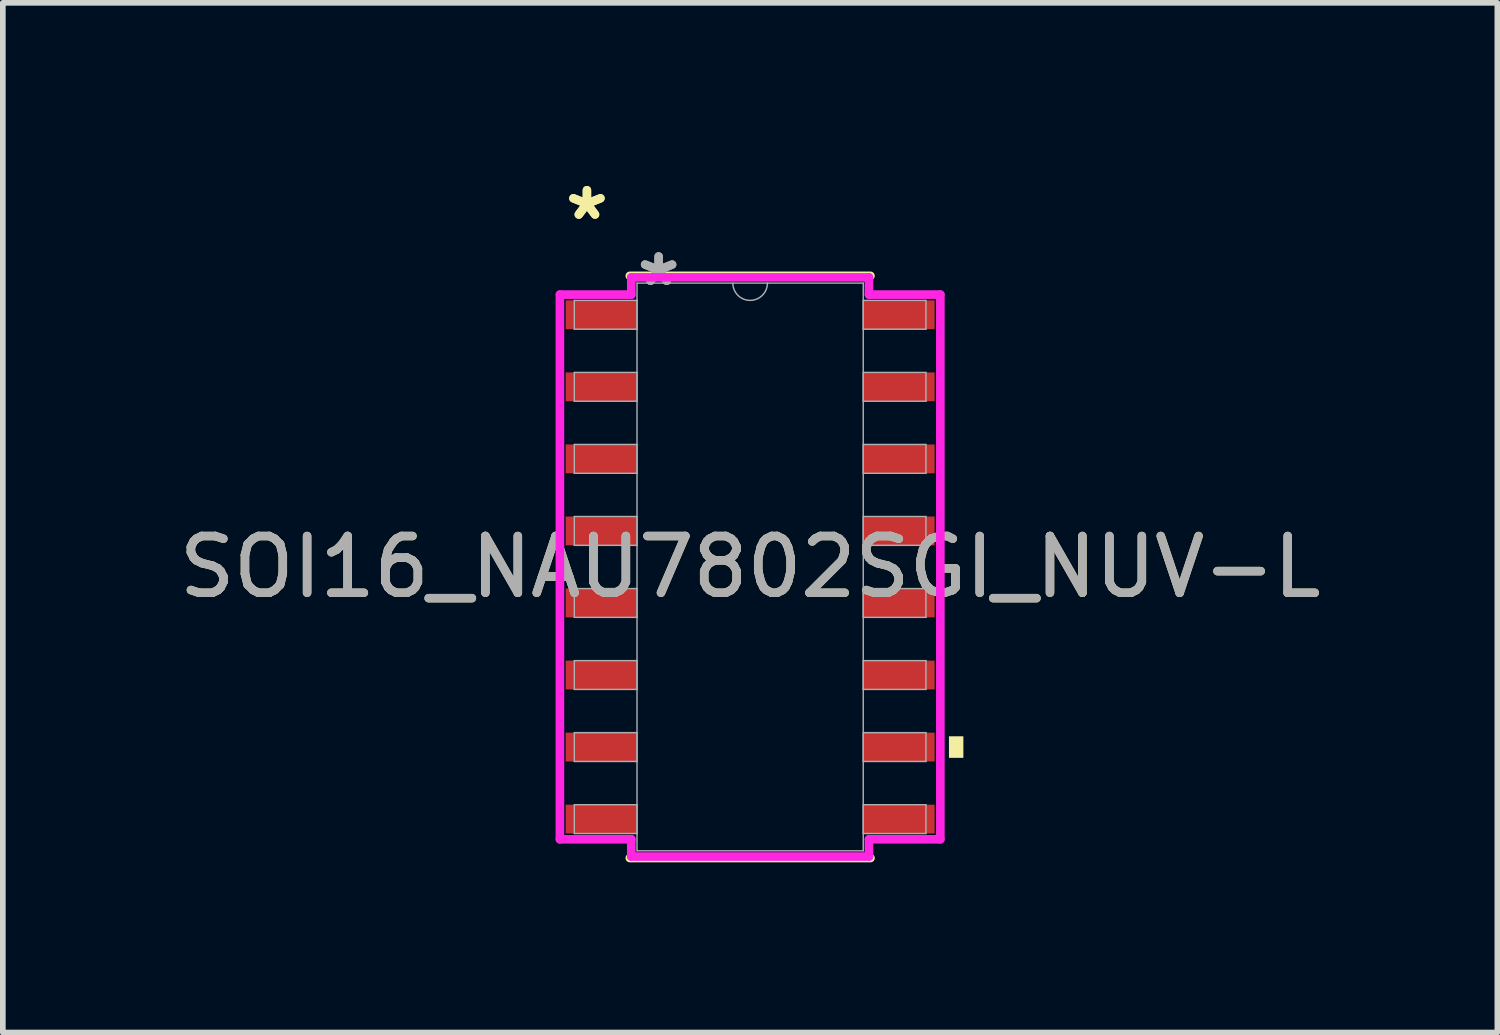
<source format=kicad_pcb>
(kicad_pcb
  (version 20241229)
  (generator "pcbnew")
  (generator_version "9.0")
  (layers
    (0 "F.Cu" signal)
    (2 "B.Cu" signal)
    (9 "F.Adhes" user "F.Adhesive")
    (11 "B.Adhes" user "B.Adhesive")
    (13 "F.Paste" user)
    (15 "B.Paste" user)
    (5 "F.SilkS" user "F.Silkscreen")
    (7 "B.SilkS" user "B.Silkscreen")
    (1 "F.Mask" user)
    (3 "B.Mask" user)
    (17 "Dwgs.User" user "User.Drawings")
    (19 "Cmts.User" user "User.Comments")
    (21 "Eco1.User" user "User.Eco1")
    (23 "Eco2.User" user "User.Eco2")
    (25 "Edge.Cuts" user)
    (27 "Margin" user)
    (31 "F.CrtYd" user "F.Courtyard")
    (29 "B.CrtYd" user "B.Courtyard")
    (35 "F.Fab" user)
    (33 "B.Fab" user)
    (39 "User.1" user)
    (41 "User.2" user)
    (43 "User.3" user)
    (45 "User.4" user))
  (footprint "SOI16_NAU7802SGI_NUV-L"
    (layer "F.Cu")
    (at 10.173 6.944)
    (property "Reference" "SOI16_NAU7802SGI_NUV-L" (at 0 0 0) (unlocked yes) (layer "F.SilkS") (effects (font (size 1 1) (thickness 0.15))))
    (attr smd)
    (fp_line (start -2.121 5.131) (end 2.121 5.131) (stroke (width 0.152) (type solid)) (layer "F.SilkS"))
    (fp_line (start 2.121 -5.131) (end -2.121 -5.131) (stroke (width 0.152) (type solid)) (layer "F.SilkS"))
    (fp_poly (pts (xy 3.759 2.985) (xy 3.759 3.365) (xy 3.505 3.365) (xy 3.505 2.985)) (stroke (width 0) (type solid)) (fill yes) (layer "F.SilkS"))
    (fp_line (start -3.353 -4.801) (end -2.095 -4.801) (stroke (width 0.152) (type solid)) (layer "F.CrtYd"))
    (fp_line (start -3.353 4.801) (end -3.353 -4.801) (stroke (width 0.152) (type solid)) (layer "F.CrtYd"))
    (fp_line (start -3.353 4.801) (end -2.095 4.801) (stroke (width 0.152) (type solid)) (layer "F.CrtYd"))
    (fp_line (start -2.095 -5.105) (end 2.095 -5.105) (stroke (width 0.152) (type solid)) (layer "F.CrtYd"))
    (fp_line (start -2.095 -4.801) (end -2.095 -5.105) (stroke (width 0.152) (type solid)) (layer "F.CrtYd"))
    (fp_line (start -2.095 5.105) (end -2.095 4.801) (stroke (width 0.152) (type solid)) (layer "F.CrtYd"))
    (fp_line (start 2.095 -5.105) (end 2.095 -4.801) (stroke (width 0.152) (type solid)) (layer "F.CrtYd"))
    (fp_line (start 2.095 4.801) (end 2.095 5.105) (stroke (width 0.152) (type solid)) (layer "F.CrtYd"))
    (fp_line (start 2.095 5.105) (end -2.095 5.105) (stroke (width 0.152) (type solid)) (layer "F.CrtYd"))
    (fp_line (start 3.353 -4.801) (end 2.095 -4.801) (stroke (width 0.152) (type solid)) (layer "F.CrtYd"))
    (fp_line (start 3.353 -4.801) (end 3.353 4.801) (stroke (width 0.152) (type solid)) (layer "F.CrtYd"))
    (fp_line (start 3.353 4.801) (end 2.095 4.801) (stroke (width 0.152) (type solid)) (layer "F.CrtYd"))
    (fp_line (start -3.099 -4.699) (end -3.099 -4.191) (stroke (width 0.025) (type solid)) (layer "F.Fab"))
    (fp_line (start -3.099 -4.191) (end -1.994 -4.191) (stroke (width 0.025) (type solid)) (layer "F.Fab"))
    (fp_line (start -3.099 -3.429) (end -3.099 -2.921) (stroke (width 0.025) (type solid)) (layer "F.Fab"))
    (fp_line (start -3.099 -2.921) (end -1.994 -2.921) (stroke (width 0.025) (type solid)) (layer "F.Fab"))
    (fp_line (start -3.099 -2.159) (end -3.099 -1.651) (stroke (width 0.025) (type solid)) (layer "F.Fab"))
    (fp_line (start -3.099 -1.651) (end -1.994 -1.651) (stroke (width 0.025) (type solid)) (layer "F.Fab"))
    (fp_line (start -3.099 -0.889) (end -3.099 -0.381) (stroke (width 0.025) (type solid)) (layer "F.Fab"))
    (fp_line (start -3.099 -0.381) (end -1.994 -0.381) (stroke (width 0.025) (type solid)) (layer "F.Fab"))
    (fp_line (start -3.099 0.381) (end -3.099 0.889) (stroke (width 0.025) (type solid)) (layer "F.Fab"))
    (fp_line (start -3.099 0.889) (end -1.994 0.889) (stroke (width 0.025) (type solid)) (layer "F.Fab"))
    (fp_line (start -3.099 1.651) (end -3.099 2.159) (stroke (width 0.025) (type solid)) (layer "F.Fab"))
    (fp_line (start -3.099 2.159) (end -1.994 2.159) (stroke (width 0.025) (type solid)) (layer "F.Fab"))
    (fp_line (start -3.099 2.921) (end -3.099 3.429) (stroke (width 0.025) (type solid)) (layer "F.Fab"))
    (fp_line (start -3.099 3.429) (end -1.994 3.429) (stroke (width 0.025) (type solid)) (layer "F.Fab"))
    (fp_line (start -3.099 4.191) (end -3.099 4.699) (stroke (width 0.025) (type solid)) (layer "F.Fab"))
    (fp_line (start -3.099 4.699) (end -1.994 4.699) (stroke (width 0.025) (type solid)) (layer "F.Fab"))
    (fp_line (start -1.994 -5.004) (end -1.994 5.004) (stroke (width 0.025) (type solid)) (layer "F.Fab"))
    (fp_line (start -1.994 -4.699) (end -3.099 -4.699) (stroke (width 0.025) (type solid)) (layer "F.Fab"))
    (fp_line (start -1.994 -4.191) (end -1.994 -4.699) (stroke (width 0.025) (type solid)) (layer "F.Fab"))
    (fp_line (start -1.994 -3.429) (end -3.099 -3.429) (stroke (width 0.025) (type solid)) (layer "F.Fab"))
    (fp_line (start -1.994 -2.921) (end -1.994 -3.429) (stroke (width 0.025) (type solid)) (layer "F.Fab"))
    (fp_line (start -1.994 -2.159) (end -3.099 -2.159) (stroke (width 0.025) (type solid)) (layer "F.Fab"))
    (fp_line (start -1.994 -1.651) (end -1.994 -2.159) (stroke (width 0.025) (type solid)) (layer "F.Fab"))
    (fp_line (start -1.994 -0.889) (end -3.099 -0.889) (stroke (width 0.025) (type solid)) (layer "F.Fab"))
    (fp_line (start -1.994 -0.381) (end -1.994 -0.889) (stroke (width 0.025) (type solid)) (layer "F.Fab"))
    (fp_line (start -1.994 0.381) (end -3.099 0.381) (stroke (width 0.025) (type solid)) (layer "F.Fab"))
    (fp_line (start -1.994 0.889) (end -1.994 0.381) (stroke (width 0.025) (type solid)) (layer "F.Fab"))
    (fp_line (start -1.994 1.651) (end -3.099 1.651) (stroke (width 0.025) (type solid)) (layer "F.Fab"))
    (fp_line (start -1.994 2.159) (end -1.994 1.651) (stroke (width 0.025) (type solid)) (layer "F.Fab"))
    (fp_line (start -1.994 2.921) (end -3.099 2.921) (stroke (width 0.025) (type solid)) (layer "F.Fab"))
    (fp_line (start -1.994 3.429) (end -1.994 2.921) (stroke (width 0.025) (type solid)) (layer "F.Fab"))
    (fp_line (start -1.994 4.191) (end -3.099 4.191) (stroke (width 0.025) (type solid)) (layer "F.Fab"))
    (fp_line (start -1.994 4.699) (end -1.994 4.191) (stroke (width 0.025) (type solid)) (layer "F.Fab"))
    (fp_line (start -1.994 5.004) (end 1.994 5.004) (stroke (width 0.025) (type solid)) (layer "F.Fab"))
    (fp_line (start 1.994 -5.004) (end -1.994 -5.004) (stroke (width 0.025) (type solid)) (layer "F.Fab"))
    (fp_line (start 1.994 -4.699) (end 1.994 -4.191) (stroke (width 0.025) (type solid)) (layer "F.Fab"))
    (fp_line (start 1.994 -4.191) (end 3.099 -4.191) (stroke (width 0.025) (type solid)) (layer "F.Fab"))
    (fp_line (start 1.994 -3.429) (end 1.994 -2.921) (stroke (width 0.025) (type solid)) (layer "F.Fab"))
    (fp_line (start 1.994 -2.921) (end 3.099 -2.921) (stroke (width 0.025) (type solid)) (layer "F.Fab"))
    (fp_line (start 1.994 -2.159) (end 1.994 -1.651) (stroke (width 0.025) (type solid)) (layer "F.Fab"))
    (fp_line (start 1.994 -1.651) (end 3.099 -1.651) (stroke (width 0.025) (type solid)) (layer "F.Fab"))
    (fp_line (start 1.994 -0.889) (end 1.994 -0.381) (stroke (width 0.025) (type solid)) (layer "F.Fab"))
    (fp_line (start 1.994 -0.381) (end 3.099 -0.381) (stroke (width 0.025) (type solid)) (layer "F.Fab"))
    (fp_line (start 1.994 0.381) (end 1.994 0.889) (stroke (width 0.025) (type solid)) (layer "F.Fab"))
    (fp_line (start 1.994 0.889) (end 3.099 0.889) (stroke (width 0.025) (type solid)) (layer "F.Fab"))
    (fp_line (start 1.994 1.651) (end 1.994 2.159) (stroke (width 0.025) (type solid)) (layer "F.Fab"))
    (fp_line (start 1.994 2.159) (end 3.099 2.159) (stroke (width 0.025) (type solid)) (layer "F.Fab"))
    (fp_line (start 1.994 2.921) (end 1.994 3.429) (stroke (width 0.025) (type solid)) (layer "F.Fab"))
    (fp_line (start 1.994 3.429) (end 3.099 3.429) (stroke (width 0.025) (type solid)) (layer "F.Fab"))
    (fp_line (start 1.994 4.191) (end 1.994 4.699) (stroke (width 0.025) (type solid)) (layer "F.Fab"))
    (fp_line (start 1.994 4.699) (end 3.099 4.699) (stroke (width 0.025) (type solid)) (layer "F.Fab"))
    (fp_line (start 1.994 5.004) (end 1.994 -5.004) (stroke (width 0.025) (type solid)) (layer "F.Fab"))
    (fp_line (start 3.099 -4.699) (end 1.994 -4.699) (stroke (width 0.025) (type solid)) (layer "F.Fab"))
    (fp_line (start 3.099 -4.191) (end 3.099 -4.699) (stroke (width 0.025) (type solid)) (layer "F.Fab"))
    (fp_line (start 3.099 -3.429) (end 1.994 -3.429) (stroke (width 0.025) (type solid)) (layer "F.Fab"))
    (fp_line (start 3.099 -2.921) (end 3.099 -3.429) (stroke (width 0.025) (type solid)) (layer "F.Fab"))
    (fp_line (start 3.099 -2.159) (end 1.994 -2.159) (stroke (width 0.025) (type solid)) (layer "F.Fab"))
    (fp_line (start 3.099 -1.651) (end 3.099 -2.159) (stroke (width 0.025) (type solid)) (layer "F.Fab"))
    (fp_line (start 3.099 -0.889) (end 1.994 -0.889) (stroke (width 0.025) (type solid)) (layer "F.Fab"))
    (fp_line (start 3.099 -0.381) (end 3.099 -0.889) (stroke (width 0.025) (type solid)) (layer "F.Fab"))
    (fp_line (start 3.099 0.381) (end 1.994 0.381) (stroke (width 0.025) (type solid)) (layer "F.Fab"))
    (fp_line (start 3.099 0.889) (end 3.099 0.381) (stroke (width 0.025) (type solid)) (layer "F.Fab"))
    (fp_line (start 3.099 1.651) (end 1.994 1.651) (stroke (width 0.025) (type solid)) (layer "F.Fab"))
    (fp_line (start 3.099 2.159) (end 3.099 1.651) (stroke (width 0.025) (type solid)) (layer "F.Fab"))
    (fp_line (start 3.099 2.921) (end 1.994 2.921) (stroke (width 0.025) (type solid)) (layer "F.Fab"))
    (fp_line (start 3.099 3.429) (end 3.099 2.921) (stroke (width 0.025) (type solid)) (layer "F.Fab"))
    (fp_line (start 3.099 4.191) (end 1.994 4.191) (stroke (width 0.025) (type solid)) (layer "F.Fab"))
    (fp_line (start 3.099 4.699) (end 3.099 4.191) (stroke (width 0.025) (type solid)) (layer "F.Fab"))
    (fp_arc (start 0.3048 -5.0038) (mid 0 -4.699) (end -0.3048 -5.0038) (stroke (width 0.0254) (type solid)) (layer "F.Fab"))
    (fp_text user "*" (at -2.877 -6.096 0) (unlocked yes) (layer "F.SilkS") (effects (font (size 1 1) (thickness 0.15))))
    (fp_text user "*" (at -2.877 -6.096 0) (layer "F.SilkS") (effects (font (size 1 1) (thickness 0.15))))
    (fp_text user "${REFERENCE}" (at 0 0 0) (unlocked yes) (layer "F.Fab") (effects (font (size 1 1) (thickness 0.15))))
    (fp_text user "*" (at -1.613 -4.928 0) (layer "F.Fab") (effects (font (size 1 1) (thickness 0.15))))
    (fp_text user "*" (at -1.613 -4.928 0) (unlocked yes) (layer "F.Fab") (effects (font (size 1 1) (thickness 0.15))))
    (pad "1" smd rect (at -2.623 -4.445) (size 1.257 0.508) (layers "F.Cu" "F.Mask" "F.Paste"))
    (pad "2" smd rect (at -2.623 -3.175) (size 1.257 0.508) (layers "F.Cu" "F.Mask" "F.Paste"))
    (pad "3" smd rect (at -2.623 -1.905) (size 1.257 0.508) (layers "F.Cu" "F.Mask" "F.Paste"))
    (pad "4" smd rect (at -2.623 -0.635) (size 1.257 0.508) (layers "F.Cu" "F.Mask" "F.Paste"))
    (pad "5" smd rect (at -2.623 0.635) (size 1.257 0.508) (layers "F.Cu" "F.Mask" "F.Paste"))
    (pad "6" smd rect (at -2.623 1.905) (size 1.257 0.508) (layers "F.Cu" "F.Mask" "F.Paste"))
    (pad "7" smd rect (at -2.623 3.175) (size 1.257 0.508) (layers "F.Cu" "F.Mask" "F.Paste"))
    (pad "8" smd rect (at -2.623 4.445) (size 1.257 0.508) (layers "F.Cu" "F.Mask" "F.Paste"))
    (pad "9" smd rect (at 2.623 4.445) (size 1.257 0.508) (layers "F.Cu" "F.Mask" "F.Paste"))
    (pad "10" smd rect (at 2.623 3.175) (size 1.257 0.508) (layers "F.Cu" "F.Mask" "F.Paste"))
    (pad "11" smd rect (at 2.623 1.905) (size 1.257 0.508) (layers "F.Cu" "F.Mask" "F.Paste"))
    (pad "12" smd rect (at 2.623 0.635) (size 1.257 0.508) (layers "F.Cu" "F.Mask" "F.Paste"))
    (pad "13" smd rect (at 2.623 -0.635) (size 1.257 0.508) (layers "F.Cu" "F.Mask" "F.Paste"))
    (pad "14" smd rect (at 2.623 -1.905) (size 1.257 0.508) (layers "F.Cu" "F.Mask" "F.Paste"))
    (pad "15" smd rect (at 2.623 -3.175) (size 1.257 0.508) (layers "F.Cu" "F.Mask" "F.Paste"))
    (pad "16" smd rect (at 2.623 -4.445) (size 1.257 0.508) (layers "F.Cu" "F.Mask" "F.Paste")))
  (gr_rect
    (start -3 -3)
    (end 23.345 15.151)
    (stroke (width 0.1) (type default))
    (fill no)
    (layer "Edge.Cuts")))
</source>
